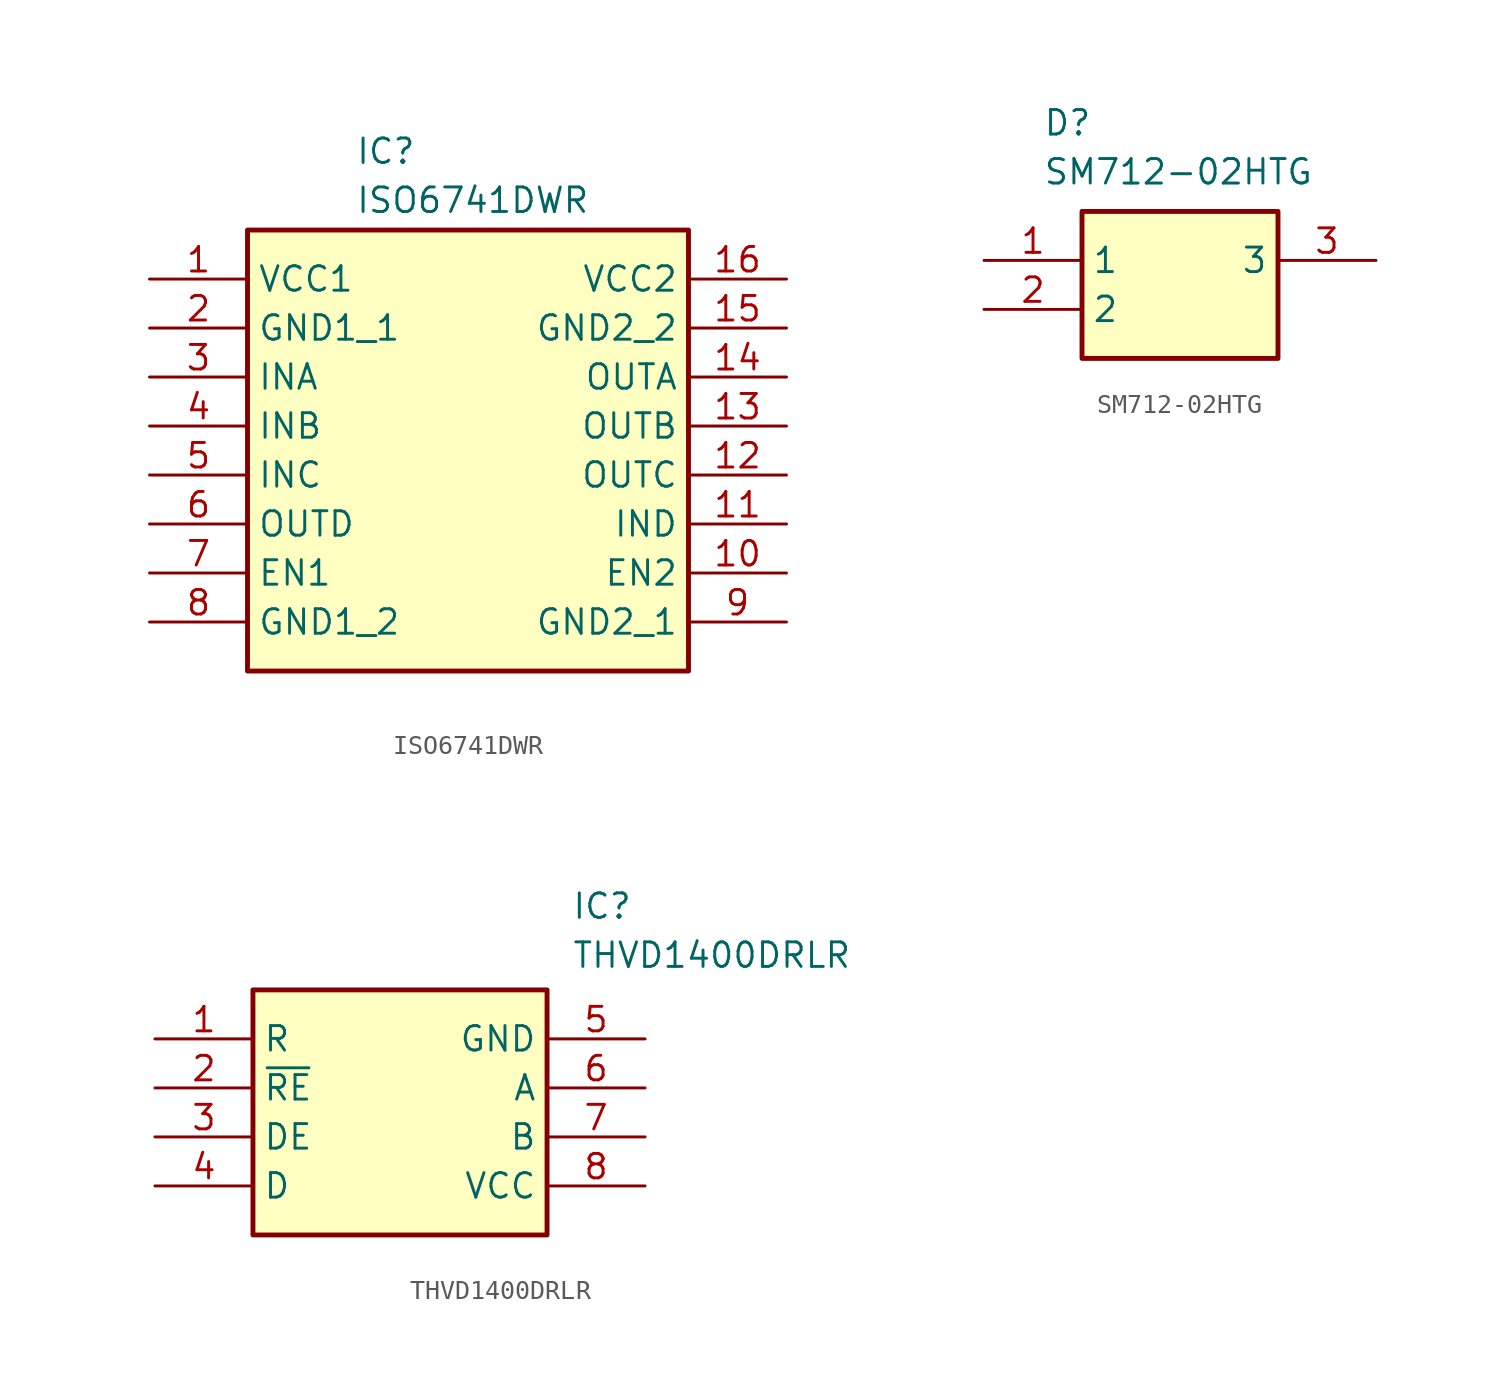
<source format=kicad_sym>
(kicad_symbol_lib
  (version 20231120)
  (generator "kicad_symbol_editor")
  (generator_version "8.0")
  (symbol "ISO6741DWR"
    (property "Reference" "IC"
      (at 10.668 7.366 0)
      (effects (font (size 1.27 1.27)) (justify left top)))
    (property "Value" "ISO6741DWR"
      (at 10.668 4.826 0)
      (effects (font (size 1.27 1.27)) (justify left top)))
    (symbol "ISO6741DWR_1_1"
      (rectangle (start 5.08 2.54) (end 27.94 -20.32) (stroke (width 0.254) (type default)) (fill (type background)))
      (pin passive line (at 0 0 0) (length 5.08) (name "VCC1" (effects (font (size 1.27 1.27)))) (number "1" (effects (font (size 1.27 1.27)))))
      (pin passive line (at 33.02 -15.24 180) (length 5.08) (name "EN2" (effects (font (size 1.27 1.27)))) (number "10" (effects (font (size 1.27 1.27)))))
      (pin passive line (at 33.02 -12.7 180) (length 5.08) (name "IND" (effects (font (size 1.27 1.27)))) (number "11" (effects (font (size 1.27 1.27)))))
      (pin passive line (at 33.02 -10.16 180) (length 5.08) (name "OUTC" (effects (font (size 1.27 1.27)))) (number "12" (effects (font (size 1.27 1.27)))))
      (pin passive line (at 33.02 -7.62 180) (length 5.08) (name "OUTB" (effects (font (size 1.27 1.27)))) (number "13" (effects (font (size 1.27 1.27)))))
      (pin passive line (at 33.02 -5.08 180) (length 5.08) (name "OUTA" (effects (font (size 1.27 1.27)))) (number "14" (effects (font (size 1.27 1.27)))))
      (pin passive line (at 33.02 -2.54 180) (length 5.08) (name "GND2_2" (effects (font (size 1.27 1.27)))) (number "15" (effects (font (size 1.27 1.27)))))
      (pin passive line (at 33.02 0 180) (length 5.08) (name "VCC2" (effects (font (size 1.27 1.27)))) (number "16" (effects (font (size 1.27 1.27)))))
      (pin passive line (at 0 -2.54 0) (length 5.08) (name "GND1_1" (effects (font (size 1.27 1.27)))) (number "2" (effects (font (size 1.27 1.27)))))
      (pin passive line (at 0 -5.08 0) (length 5.08) (name "INA" (effects (font (size 1.27 1.27)))) (number "3" (effects (font (size 1.27 1.27)))))
      (pin passive line (at 0 -7.62 0) (length 5.08) (name "INB" (effects (font (size 1.27 1.27)))) (number "4" (effects (font (size 1.27 1.27)))))
      (pin passive line (at 0 -10.16 0) (length 5.08) (name "INC" (effects (font (size 1.27 1.27)))) (number "5" (effects (font (size 1.27 1.27)))))
      (pin passive line (at 0 -12.7 0) (length 5.08) (name "OUTD" (effects (font (size 1.27 1.27)))) (number "6" (effects (font (size 1.27 1.27)))))
      (pin passive line (at 0 -15.24 0) (length 5.08) (name "EN1" (effects (font (size 1.27 1.27)))) (number "7" (effects (font (size 1.27 1.27)))))
      (pin passive line (at 0 -17.78 0) (length 5.08) (name "GND1_2" (effects (font (size 1.27 1.27)))) (number "8" (effects (font (size 1.27 1.27)))))
      (pin passive line (at 33.02 -17.78 180) (length 5.08) (name "GND2_1" (effects (font (size 1.27 1.27)))) (number "9" (effects (font (size 1.27 1.27)))))))
  (symbol "SM712-02HTG"
    (property "Reference" "D"
      (at 3.048 7.874 0)
      (effects (font (size 1.27 1.27)) (justify left top)))
    (property "Value" "SM712-02HTG"
      (at 3.048 5.334 0)
      (effects (font (size 1.27 1.27)) (justify left top)))
    (symbol "SM712-02HTG_1_1"
      (rectangle (start 5.08 2.54) (end 15.24 -5.08) (stroke (width 0.254) (type default)) (fill (type background)))
      (pin passive line (at 0 0 0) (length 5.08) (name "1" (effects (font (size 1.27 1.27)))) (number "1" (effects (font (size 1.27 1.27)))))
      (pin passive line (at 0 -2.54 0) (length 5.08) (name "2" (effects (font (size 1.27 1.27)))) (number "2" (effects (font (size 1.27 1.27)))))
      (pin passive line (at 20.32 0 180) (length 5.08) (name "3" (effects (font (size 1.27 1.27)))) (number "3" (effects (font (size 1.27 1.27)))))))
  (symbol "THVD1400DRLR"
    (property "Reference" "IC"
      (at 21.59 7.62 0)
      (effects (font (size 1.27 1.27)) (justify left top)))
    (property "Value" "THVD1400DRLR"
      (at 21.59 5.08 0)
      (effects (font (size 1.27 1.27)) (justify left top)))
    (symbol "THVD1400DRLR_1_1"
      (rectangle (start 5.08 2.54) (end 20.32 -10.16) (stroke (width 0.254) (type default)) (fill (type background)))
      (pin passive line (at 0 0 0) (length 5.08) (name "R" (effects (font (size 1.27 1.27)))) (number "1" (effects (font (size 1.27 1.27)))))
      (pin passive line (at 0 -2.54 0) (length 5.08) (name "~{RE}" (effects (font (size 1.27 1.27)))) (number "2" (effects (font (size 1.27 1.27)))))
      (pin passive line (at 0 -5.08 0) (length 5.08) (name "DE" (effects (font (size 1.27 1.27)))) (number "3" (effects (font (size 1.27 1.27)))))
      (pin passive line (at 0 -7.62 0) (length 5.08) (name "D" (effects (font (size 1.27 1.27)))) (number "4" (effects (font (size 1.27 1.27)))))
      (pin passive line (at 25.4 0 180) (length 5.08) (name "GND" (effects (font (size 1.27 1.27)))) (number "5" (effects (font (size 1.27 1.27)))))
      (pin passive line (at 25.4 -2.54 180) (length 5.08) (name "A" (effects (font (size 1.27 1.27)))) (number "6" (effects (font (size 1.27 1.27)))))
      (pin passive line (at 25.4 -5.08 180) (length 5.08) (name "B" (effects (font (size 1.27 1.27)))) (number "7" (effects (font (size 1.27 1.27)))))
      (pin passive line (at 25.4 -7.62 180) (length 5.08) (name "VCC" (effects (font (size 1.27 1.27)))) (number "8" (effects (font (size 1.27 1.27))))))))
</source>
